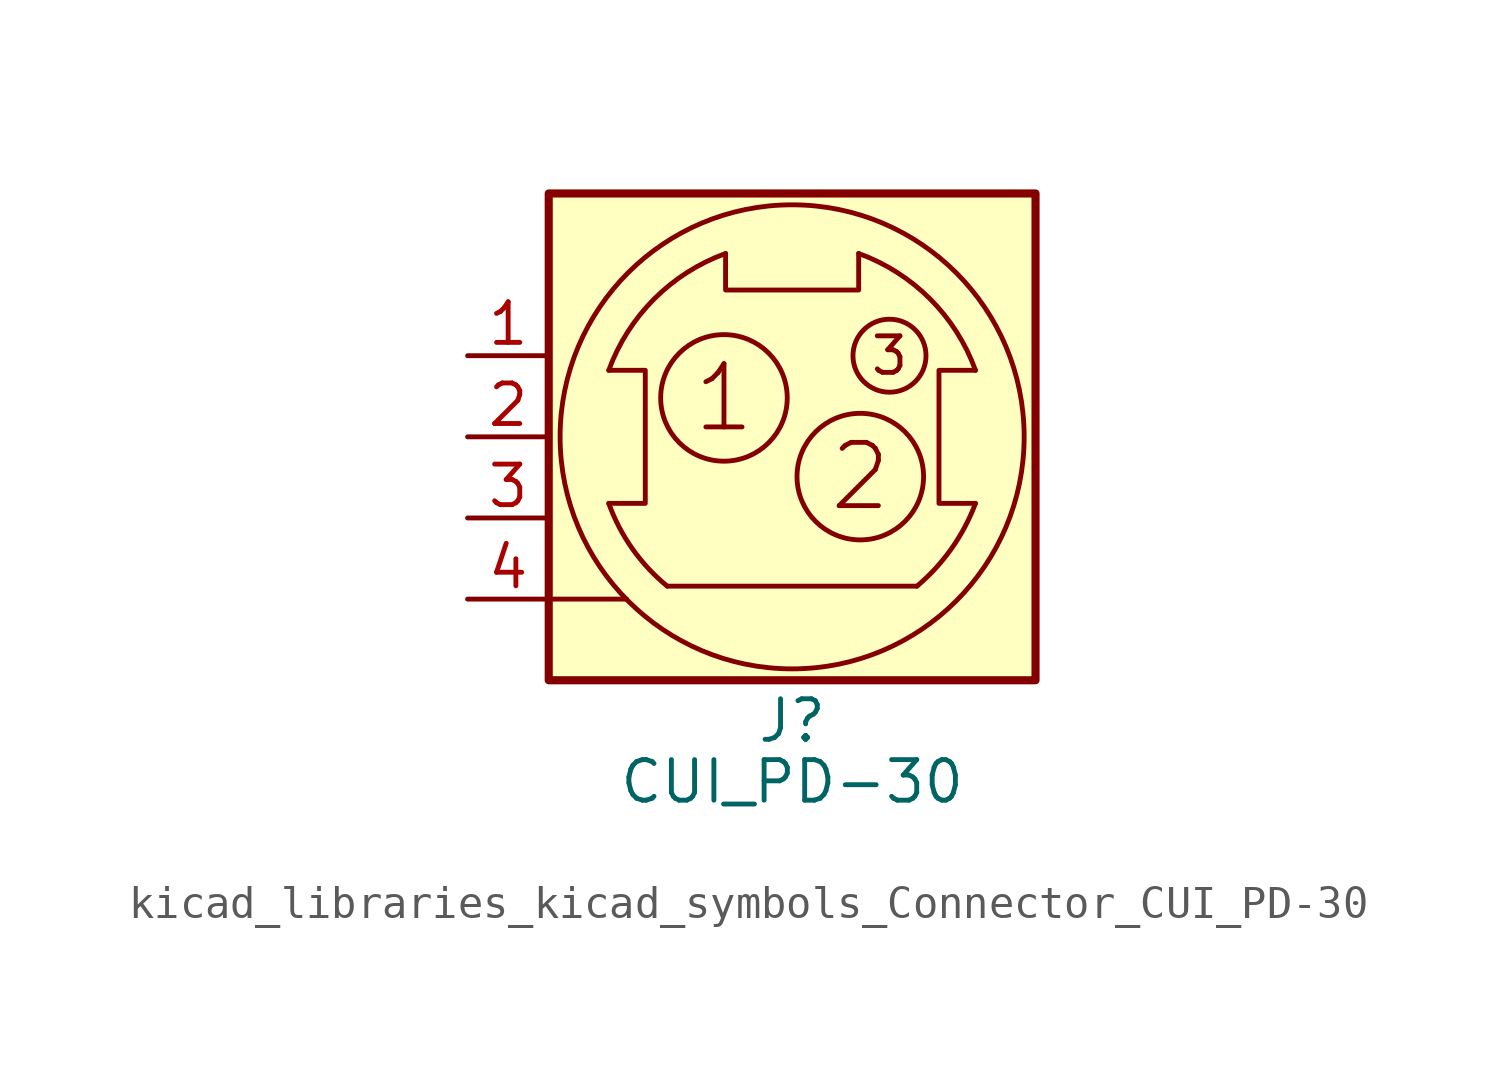
<source format=kicad_sym>
(kicad_symbol_lib
  (version 20220914)
  (generator kicad_symbol_editor)
  (symbol "kicad_libraries_kicad_symbols_Connector_CUI_PD-30"
    (pin_names
      (offset 1.016) hide)
    (property "Reference" "J"
      (at 0 -8.89 0)
      (effects (font (size 1.27 1.27))))
    (property "Value" "CUI_PD-30"
      (at 0 -10.795 0)
      (effects (font (size 1.27 1.27))))
    (symbol "kicad_libraries_kicad_symbols_Connector_CUI_PD-30_0_1"
      (rectangle (start -7.62 -7.62) (end 7.62 7.62) (stroke (width 0.254) (type default)) (fill (type background)))
      (arc (start -5.7404 -2.0828) (mid -5.0018 -3.5032) (end -3.9116 -4.6736) (stroke (width 0) (type default)) (fill (type none)))
      (circle (center -2.134 1.219) (radius 1.981) (stroke (width 0) (type default)) (fill (type none)))
      (arc (start -2.0828 5.7404) (mid -4.318 4.318) (end -5.7404 2.0828) (stroke (width 0) (type default)) (fill (type none)))
      (polyline (pts (xy -7.62 -5.08) (xy -5.182 -5.08)) (stroke (width 0) (type default)) (fill (type none)))
      (polyline (pts (xy -3.912 -4.674) (xy 3.912 -4.674)) (stroke (width 0) (type default)) (fill (type none)))
      (polyline (pts (xy -5.74 2.083) (xy -4.597 2.083) (xy -4.597 -2.083) (xy -5.74 -2.083)) (stroke (width 0) (type default)) (fill (type none)))
      (polyline (pts (xy 2.083 5.74) (xy 2.083 4.597) (xy -2.083 4.597) (xy -2.083 5.74)) (stroke (width 0) (type default)) (fill (type none)))
      (polyline (pts (xy 5.74 -2.083) (xy 4.597 -2.083) (xy 4.597 2.083) (xy 5.74 2.083)) (stroke (width 0) (type default)) (fill (type none)))
      (circle (center 0 0) (radius 7.264) (stroke (width 0) (type default)) (fill (type none)))
      (circle (center 2.134 -1.245) (radius 1.981) (stroke (width 0) (type default)) (fill (type none)))
      (circle (center 3.048 2.54) (radius 1.143) (stroke (width 0) (type default)) (fill (type none)))
      (arc (start 3.9116 -4.6736) (mid 4.9919 -3.4963) (end 5.7404 -2.0828) (stroke (width 0) (type default)) (fill (type none)))
      (arc (start 5.7404 2.0828) (mid 4.318 4.318) (end 2.0828 5.7404) (stroke (width 0) (type default)) (fill (type none)))
      (text "1" (at -2.134 1.219 0) (effects (font (size 1.981 1.981))))
      (text "2" (at 2.134 -1.245 0) (effects (font (size 1.981 1.981))))
      (text "3" (at 3.048 2.54 0) (effects (font (size 1.143 1.143)))))
    (symbol "kicad_libraries_kicad_symbols_Connector_CUI_PD-30_1_1"
      (pin passive line (at -10.16 2.54 0) (length 2.54) (name "1" (effects (font (size 1.27 1.27)))) (number "1" (effects (font (size 1.27 1.27)))))
      (pin passive line (at -10.16 0 0) (length 2.54) (name "2" (effects (font (size 1.27 1.27)))) (number "2" (effects (font (size 1.27 1.27)))))
      (pin passive line (at -10.16 -2.54 0) (length 2.54) (name "3" (effects (font (size 1.27 1.27)))) (number "3" (effects (font (size 1.27 1.27)))))
      (pin passive line (at -10.16 -5.08 0) (length 2.54) (name "Shield" (effects (font (size 1.27 1.27)))) (number "4" (effects (font (size 1.27 1.27))))))))
</source>
